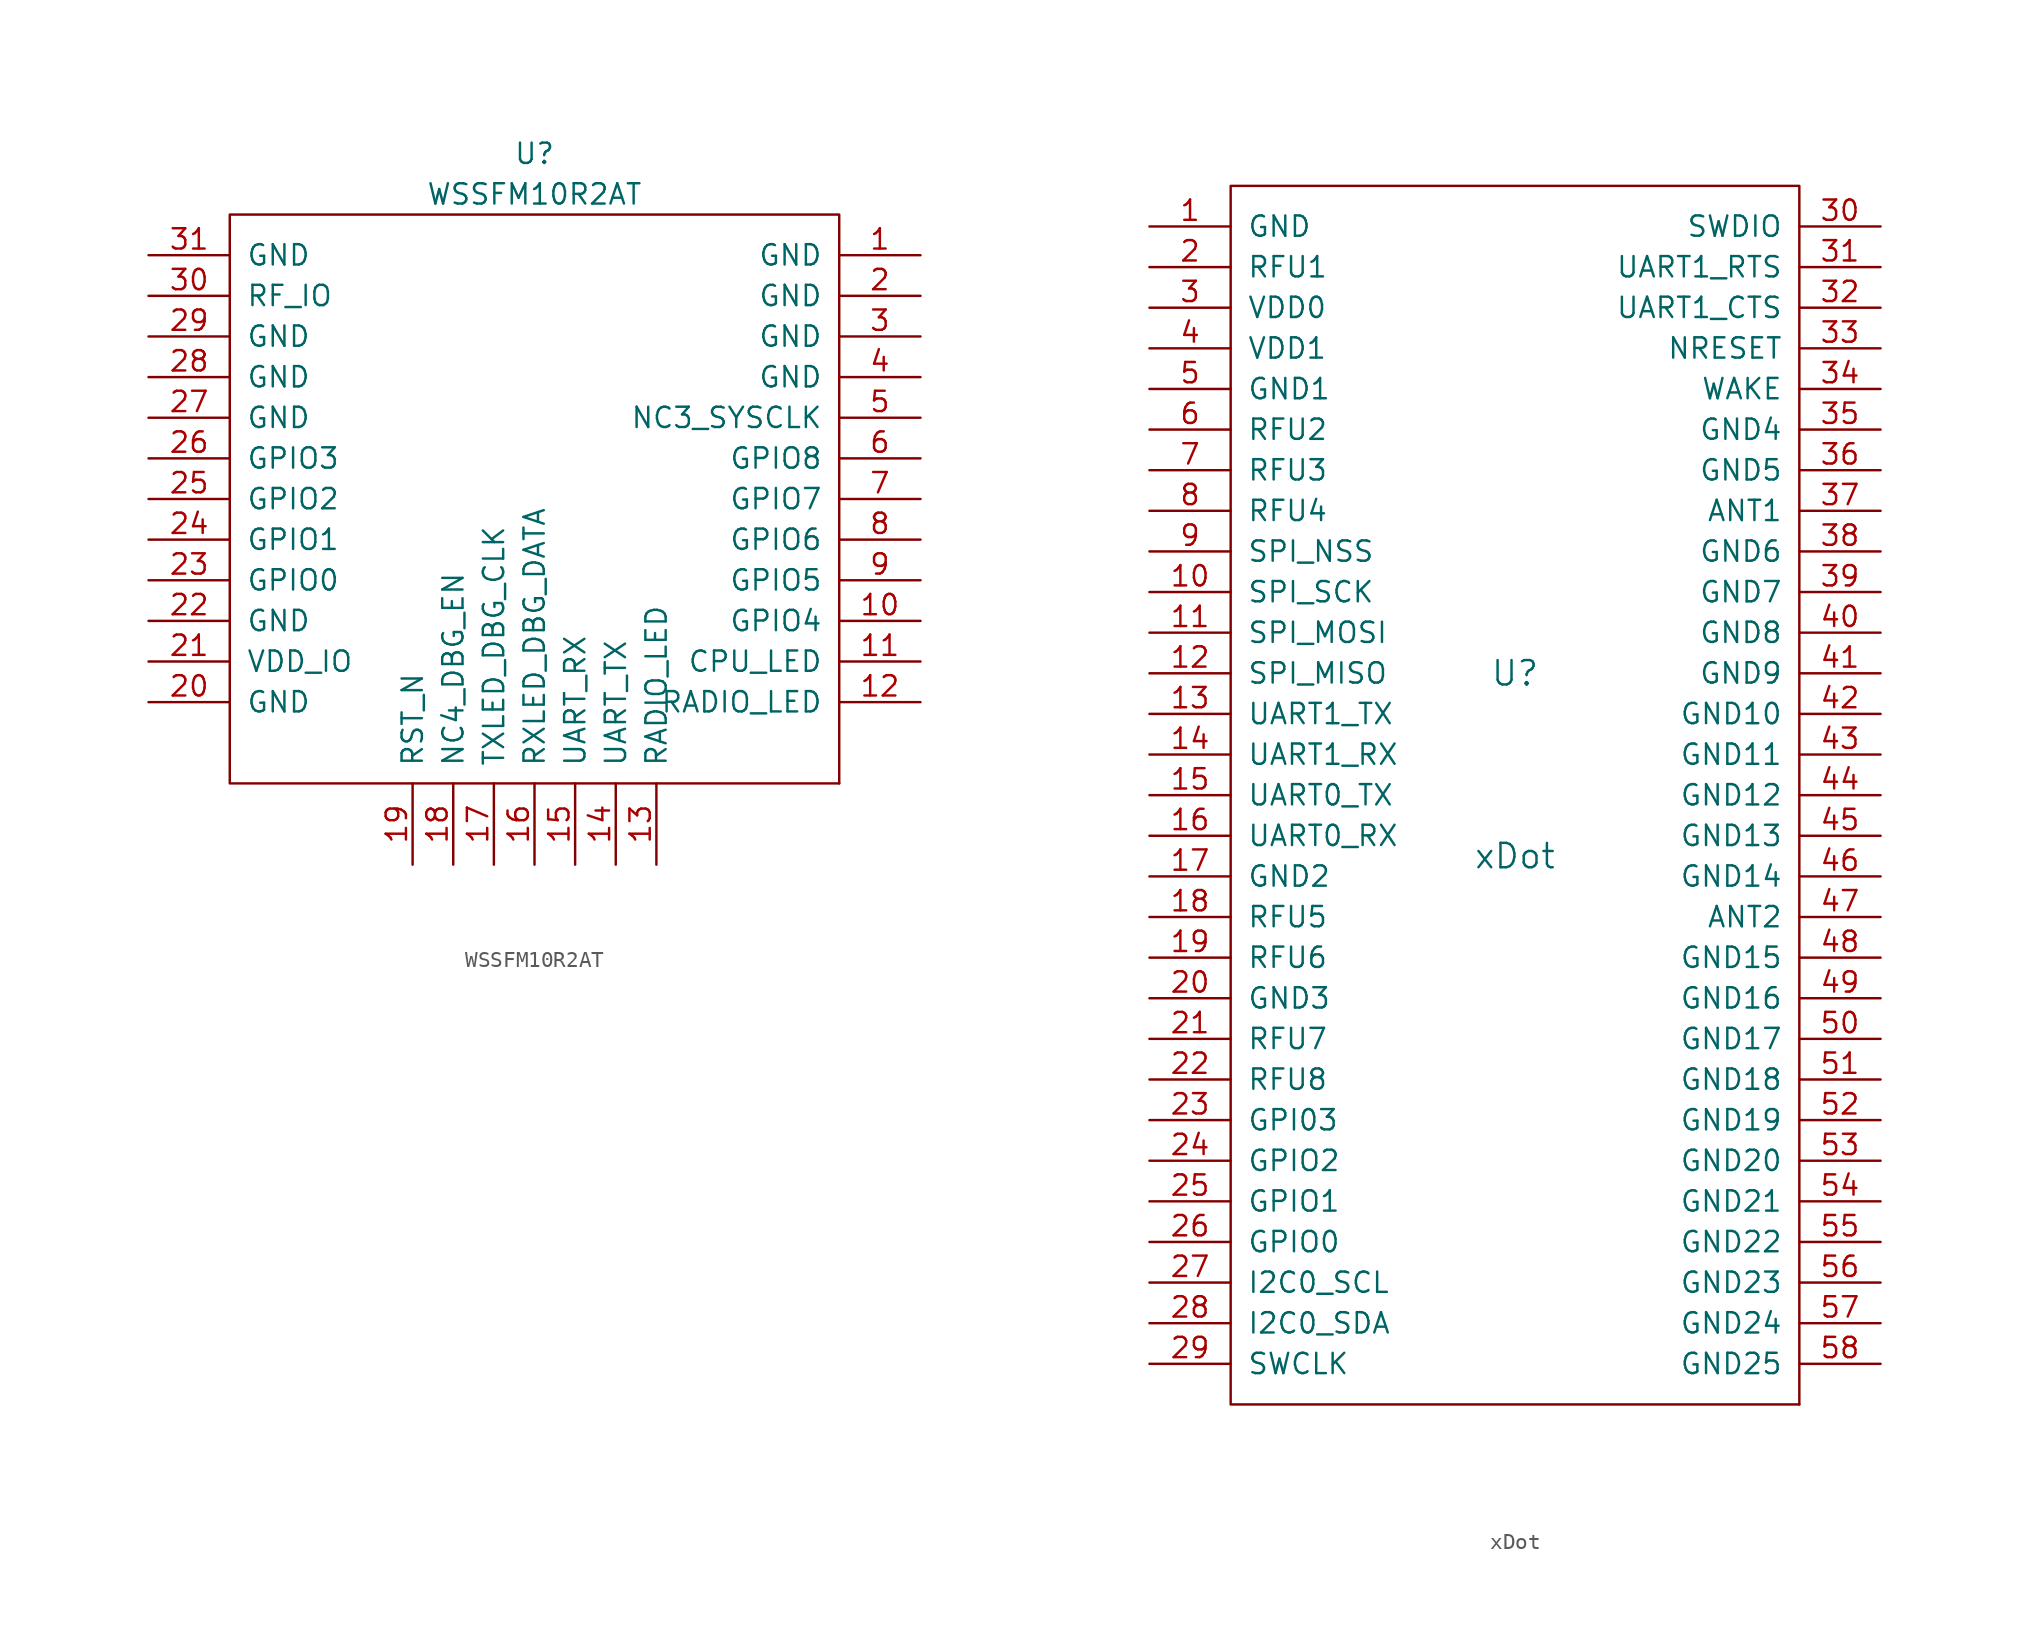
<source format=kicad_sym>
(kicad_symbol_lib
  (version 20211014)
  (generator kicad_symbol_editor)
  (symbol "WSSFM10R2AT"
    (pin_names
      (offset 1.016))
    (property "Reference" "U"
      (at 0 20.32 0)
      (effects (font (size 1.27 1.27))))
    (property "Value" "WSSFM10R2AT"
      (at 0 17.78 0)
      (effects (font (size 1.27 1.27))))
    (symbol "WSSFM10R2AT_0_1"
      (rectangle (start -19.05 16.51) (end 19.05 -19.05) (stroke (width 0) (type default) (color 0 0 0 0)) (fill (type none)))
      (rectangle (start 19.05 -19.05) (end 19.05 -19.05) (stroke (width 0) (type default) (color 0 0 0 0)) (fill (type none))))
    (symbol "WSSFM10R2AT_1_1"
      (pin input line (at 24.13 13.97 180) (length 5.08) (name "GND" (effects (font (size 1.27 1.27)))) (number "1" (effects (font (size 1.27 1.27)))))
      (pin input line (at 24.13 -8.89 180) (length 5.08) (name "GPIO4" (effects (font (size 1.27 1.27)))) (number "10" (effects (font (size 1.27 1.27)))))
      (pin input line (at 24.13 -11.43 180) (length 5.08) (name "CPU_LED" (effects (font (size 1.27 1.27)))) (number "11" (effects (font (size 1.27 1.27)))))
      (pin input line (at 24.13 -13.97 180) (length 5.08) (name "RADIO_LED" (effects (font (size 1.27 1.27)))) (number "12" (effects (font (size 1.27 1.27)))))
      (pin input line (at 7.62 -24.13 90) (length 5.08) (name "RADIO_LED" (effects (font (size 1.27 1.27)))) (number "13" (effects (font (size 1.27 1.27)))))
      (pin input line (at 5.08 -24.13 90) (length 5.08) (name "UART_TX" (effects (font (size 1.27 1.27)))) (number "14" (effects (font (size 1.27 1.27)))))
      (pin input line (at 2.54 -24.13 90) (length 5.08) (name "UART_RX" (effects (font (size 1.27 1.27)))) (number "15" (effects (font (size 1.27 1.27)))))
      (pin input line (at 0 -24.13 90) (length 5.08) (name "RXLED_DBG_DATA" (effects (font (size 1.27 1.27)))) (number "16" (effects (font (size 1.27 1.27)))))
      (pin input line (at -2.54 -24.13 90) (length 5.08) (name "TXLED_DBG_CLK" (effects (font (size 1.27 1.27)))) (number "17" (effects (font (size 1.27 1.27)))))
      (pin input line (at -5.08 -24.13 90) (length 5.08) (name "NC4_DBG_EN" (effects (font (size 1.27 1.27)))) (number "18" (effects (font (size 1.27 1.27)))))
      (pin input line (at -7.62 -24.13 90) (length 5.08) (name "RST_N" (effects (font (size 1.27 1.27)))) (number "19" (effects (font (size 1.27 1.27)))))
      (pin input line (at 24.13 11.43 180) (length 5.08) (name "GND" (effects (font (size 1.27 1.27)))) (number "2" (effects (font (size 1.27 1.27)))))
      (pin input line (at -24.13 -13.97 0) (length 5.08) (name "GND" (effects (font (size 1.27 1.27)))) (number "20" (effects (font (size 1.27 1.27)))))
      (pin input line (at -24.13 -11.43 0) (length 5.08) (name "VDD_IO" (effects (font (size 1.27 1.27)))) (number "21" (effects (font (size 1.27 1.27)))))
      (pin input line (at -24.13 -8.89 0) (length 5.08) (name "GND" (effects (font (size 1.27 1.27)))) (number "22" (effects (font (size 1.27 1.27)))))
      (pin input line (at -24.13 -6.35 0) (length 5.08) (name "GPIO0" (effects (font (size 1.27 1.27)))) (number "23" (effects (font (size 1.27 1.27)))))
      (pin input line (at -24.13 -3.81 0) (length 5.08) (name "GPIO1" (effects (font (size 1.27 1.27)))) (number "24" (effects (font (size 1.27 1.27)))))
      (pin input line (at -24.13 -1.27 0) (length 5.08) (name "GPIO2" (effects (font (size 1.27 1.27)))) (number "25" (effects (font (size 1.27 1.27)))))
      (pin input line (at -24.13 1.27 0) (length 5.08) (name "GPIO3" (effects (font (size 1.27 1.27)))) (number "26" (effects (font (size 1.27 1.27)))))
      (pin input line (at -24.13 3.81 0) (length 5.08) (name "GND" (effects (font (size 1.27 1.27)))) (number "27" (effects (font (size 1.27 1.27)))))
      (pin input line (at -24.13 6.35 0) (length 5.08) (name "GND" (effects (font (size 1.27 1.27)))) (number "28" (effects (font (size 1.27 1.27)))))
      (pin input line (at -24.13 8.89 0) (length 5.08) (name "GND" (effects (font (size 1.27 1.27)))) (number "29" (effects (font (size 1.27 1.27)))))
      (pin input line (at 24.13 8.89 180) (length 5.08) (name "GND" (effects (font (size 1.27 1.27)))) (number "3" (effects (font (size 1.27 1.27)))))
      (pin input line (at -24.13 11.43 0) (length 5.08) (name "RF_IO" (effects (font (size 1.27 1.27)))) (number "30" (effects (font (size 1.27 1.27)))))
      (pin input line (at -24.13 13.97 0) (length 5.08) (name "GND" (effects (font (size 1.27 1.27)))) (number "31" (effects (font (size 1.27 1.27)))))
      (pin input line (at 24.13 6.35 180) (length 5.08) (name "GND" (effects (font (size 1.27 1.27)))) (number "4" (effects (font (size 1.27 1.27)))))
      (pin input line (at 24.13 3.81 180) (length 5.08) (name "NC3_SYSCLK" (effects (font (size 1.27 1.27)))) (number "5" (effects (font (size 1.27 1.27)))))
      (pin input line (at 24.13 1.27 180) (length 5.08) (name "GPIO8" (effects (font (size 1.27 1.27)))) (number "6" (effects (font (size 1.27 1.27)))))
      (pin input line (at 24.13 -1.27 180) (length 5.08) (name "GPIO7" (effects (font (size 1.27 1.27)))) (number "7" (effects (font (size 1.27 1.27)))))
      (pin input line (at 24.13 -3.81 180) (length 5.08) (name "GPIO6" (effects (font (size 1.27 1.27)))) (number "8" (effects (font (size 1.27 1.27)))))
      (pin input line (at 24.13 -6.35 180) (length 5.08) (name "GPIO5" (effects (font (size 1.27 1.27)))) (number "9" (effects (font (size 1.27 1.27)))))))
  (symbol "xDot"
    (pin_names
      (offset 1.016))
    (property "Reference" "U"
      (at 0 7.62 0)
      (effects (font (size 1.524 1.524))))
    (property "Value" "xDot"
      (at 0 -3.81 0)
      (effects (font (size 1.524 1.524))))
    (property "Footprint" ""
      (at 0 0 0)
      (effects (font (size 1.524 1.524))))
    (property "Datasheet" ""
      (at 0 0 0)
      (effects (font (size 1.524 1.524))))
    (symbol "xDot_0_1"
      (rectangle (start -17.78 38.1) (end 17.78 -38.1) (stroke (width 0) (type default) (color 0 0 0 0)) (fill (type none)))
      (rectangle (start 17.78 -38.1) (end 17.78 -38.1) (stroke (width 0) (type default) (color 0 0 0 0)) (fill (type none))))
    (symbol "xDot_1_1"
      (pin input line (at -22.86 35.56 0) (length 5.08) (name "GND" (effects (font (size 1.27 1.27)))) (number "1" (effects (font (size 1.27 1.27)))))
      (pin input line (at -22.86 12.7 0) (length 5.08) (name "SPI_SCK" (effects (font (size 1.27 1.27)))) (number "10" (effects (font (size 1.27 1.27)))))
      (pin input line (at -22.86 10.16 0) (length 5.08) (name "SPI_MOSI" (effects (font (size 1.27 1.27)))) (number "11" (effects (font (size 1.27 1.27)))))
      (pin input line (at -22.86 7.62 0) (length 5.08) (name "SPI_MISO" (effects (font (size 1.27 1.27)))) (number "12" (effects (font (size 1.27 1.27)))))
      (pin input line (at -22.86 5.08 0) (length 5.08) (name "UART1_TX" (effects (font (size 1.27 1.27)))) (number "13" (effects (font (size 1.27 1.27)))))
      (pin input line (at -22.86 2.54 0) (length 5.08) (name "UART1_RX" (effects (font (size 1.27 1.27)))) (number "14" (effects (font (size 1.27 1.27)))))
      (pin input line (at -22.86 0 0) (length 5.08) (name "UART0_TX" (effects (font (size 1.27 1.27)))) (number "15" (effects (font (size 1.27 1.27)))))
      (pin input line (at -22.86 -2.54 0) (length 5.08) (name "UART0_RX" (effects (font (size 1.27 1.27)))) (number "16" (effects (font (size 1.27 1.27)))))
      (pin input line (at -22.86 -5.08 0) (length 5.08) (name "GND2" (effects (font (size 1.27 1.27)))) (number "17" (effects (font (size 1.27 1.27)))))
      (pin input line (at -22.86 -7.62 0) (length 5.08) (name "RFU5" (effects (font (size 1.27 1.27)))) (number "18" (effects (font (size 1.27 1.27)))))
      (pin input line (at -22.86 -10.16 0) (length 5.08) (name "RFU6" (effects (font (size 1.27 1.27)))) (number "19" (effects (font (size 1.27 1.27)))))
      (pin input line (at -22.86 33.02 0) (length 5.08) (name "RFU1" (effects (font (size 1.27 1.27)))) (number "2" (effects (font (size 1.27 1.27)))))
      (pin input line (at -22.86 -12.7 0) (length 5.08) (name "GND3" (effects (font (size 1.27 1.27)))) (number "20" (effects (font (size 1.27 1.27)))))
      (pin input line (at -22.86 -15.24 0) (length 5.08) (name "RFU7" (effects (font (size 1.27 1.27)))) (number "21" (effects (font (size 1.27 1.27)))))
      (pin input line (at -22.86 -17.78 0) (length 5.08) (name "RFU8" (effects (font (size 1.27 1.27)))) (number "22" (effects (font (size 1.27 1.27)))))
      (pin input line (at -22.86 -20.32 0) (length 5.08) (name "GPI03" (effects (font (size 1.27 1.27)))) (number "23" (effects (font (size 1.27 1.27)))))
      (pin input line (at -22.86 -22.86 0) (length 5.08) (name "GPIO2" (effects (font (size 1.27 1.27)))) (number "24" (effects (font (size 1.27 1.27)))))
      (pin input line (at -22.86 -25.4 0) (length 5.08) (name "GPIO1" (effects (font (size 1.27 1.27)))) (number "25" (effects (font (size 1.27 1.27)))))
      (pin input line (at -22.86 -27.94 0) (length 5.08) (name "GPIO0" (effects (font (size 1.27 1.27)))) (number "26" (effects (font (size 1.27 1.27)))))
      (pin input line (at -22.86 -30.48 0) (length 5.08) (name "I2C0_SCL" (effects (font (size 1.27 1.27)))) (number "27" (effects (font (size 1.27 1.27)))))
      (pin input line (at -22.86 -33.02 0) (length 5.08) (name "I2C0_SDA" (effects (font (size 1.27 1.27)))) (number "28" (effects (font (size 1.27 1.27)))))
      (pin input line (at -22.86 -35.56 0) (length 5.08) (name "SWCLK" (effects (font (size 1.27 1.27)))) (number "29" (effects (font (size 1.27 1.27)))))
      (pin input line (at -22.86 30.48 0) (length 5.08) (name "VDD0" (effects (font (size 1.27 1.27)))) (number "3" (effects (font (size 1.27 1.27)))))
      (pin input line (at 22.86 35.56 180) (length 5.08) (name "SWDIO" (effects (font (size 1.27 1.27)))) (number "30" (effects (font (size 1.27 1.27)))))
      (pin input line (at 22.86 33.02 180) (length 5.08) (name "UART1_RTS" (effects (font (size 1.27 1.27)))) (number "31" (effects (font (size 1.27 1.27)))))
      (pin input line (at 22.86 30.48 180) (length 5.08) (name "UART1_CTS" (effects (font (size 1.27 1.27)))) (number "32" (effects (font (size 1.27 1.27)))))
      (pin input line (at 22.86 27.94 180) (length 5.08) (name "NRESET" (effects (font (size 1.27 1.27)))) (number "33" (effects (font (size 1.27 1.27)))))
      (pin input line (at 22.86 25.4 180) (length 5.08) (name "WAKE" (effects (font (size 1.27 1.27)))) (number "34" (effects (font (size 1.27 1.27)))))
      (pin input line (at 22.86 22.86 180) (length 5.08) (name "GND4" (effects (font (size 1.27 1.27)))) (number "35" (effects (font (size 1.27 1.27)))))
      (pin input line (at 22.86 20.32 180) (length 5.08) (name "GND5" (effects (font (size 1.27 1.27)))) (number "36" (effects (font (size 1.27 1.27)))))
      (pin input line (at 22.86 17.78 180) (length 5.08) (name "ANT1" (effects (font (size 1.27 1.27)))) (number "37" (effects (font (size 1.27 1.27)))))
      (pin input line (at 22.86 15.24 180) (length 5.08) (name "GND6" (effects (font (size 1.27 1.27)))) (number "38" (effects (font (size 1.27 1.27)))))
      (pin input line (at 22.86 12.7 180) (length 5.08) (name "GND7" (effects (font (size 1.27 1.27)))) (number "39" (effects (font (size 1.27 1.27)))))
      (pin input line (at -22.86 27.94 0) (length 5.08) (name "VDD1" (effects (font (size 1.27 1.27)))) (number "4" (effects (font (size 1.27 1.27)))))
      (pin input line (at 22.86 10.16 180) (length 5.08) (name "GND8" (effects (font (size 1.27 1.27)))) (number "40" (effects (font (size 1.27 1.27)))))
      (pin input line (at 22.86 7.62 180) (length 5.08) (name "GND9" (effects (font (size 1.27 1.27)))) (number "41" (effects (font (size 1.27 1.27)))))
      (pin input line (at 22.86 5.08 180) (length 5.08) (name "GND10" (effects (font (size 1.27 1.27)))) (number "42" (effects (font (size 1.27 1.27)))))
      (pin input line (at 22.86 2.54 180) (length 5.08) (name "GND11" (effects (font (size 1.27 1.27)))) (number "43" (effects (font (size 1.27 1.27)))))
      (pin input line (at 22.86 0 180) (length 5.08) (name "GND12" (effects (font (size 1.27 1.27)))) (number "44" (effects (font (size 1.27 1.27)))))
      (pin input line (at 22.86 -2.54 180) (length 5.08) (name "GND13" (effects (font (size 1.27 1.27)))) (number "45" (effects (font (size 1.27 1.27)))))
      (pin input line (at 22.86 -5.08 180) (length 5.08) (name "GND14" (effects (font (size 1.27 1.27)))) (number "46" (effects (font (size 1.27 1.27)))))
      (pin input line (at 22.86 -7.62 180) (length 5.08) (name "ANT2" (effects (font (size 1.27 1.27)))) (number "47" (effects (font (size 1.27 1.27)))))
      (pin input line (at 22.86 -10.16 180) (length 5.08) (name "GND15" (effects (font (size 1.27 1.27)))) (number "48" (effects (font (size 1.27 1.27)))))
      (pin input line (at 22.86 -12.7 180) (length 5.08) (name "GND16" (effects (font (size 1.27 1.27)))) (number "49" (effects (font (size 1.27 1.27)))))
      (pin input line (at -22.86 25.4 0) (length 5.08) (name "GND1" (effects (font (size 1.27 1.27)))) (number "5" (effects (font (size 1.27 1.27)))))
      (pin input line (at 22.86 -15.24 180) (length 5.08) (name "GND17" (effects (font (size 1.27 1.27)))) (number "50" (effects (font (size 1.27 1.27)))))
      (pin input line (at 22.86 -17.78 180) (length 5.08) (name "GND18" (effects (font (size 1.27 1.27)))) (number "51" (effects (font (size 1.27 1.27)))))
      (pin input line (at 22.86 -20.32 180) (length 5.08) (name "GND19" (effects (font (size 1.27 1.27)))) (number "52" (effects (font (size 1.27 1.27)))))
      (pin input line (at 22.86 -22.86 180) (length 5.08) (name "GND20" (effects (font (size 1.27 1.27)))) (number "53" (effects (font (size 1.27 1.27)))))
      (pin input line (at 22.86 -25.4 180) (length 5.08) (name "GND21" (effects (font (size 1.27 1.27)))) (number "54" (effects (font (size 1.27 1.27)))))
      (pin input line (at 22.86 -27.94 180) (length 5.08) (name "GND22" (effects (font (size 1.27 1.27)))) (number "55" (effects (font (size 1.27 1.27)))))
      (pin input line (at 22.86 -30.48 180) (length 5.08) (name "GND23" (effects (font (size 1.27 1.27)))) (number "56" (effects (font (size 1.27 1.27)))))
      (pin input line (at 22.86 -33.02 180) (length 5.08) (name "GND24" (effects (font (size 1.27 1.27)))) (number "57" (effects (font (size 1.27 1.27)))))
      (pin input line (at 22.86 -35.56 180) (length 5.08) (name "GND25" (effects (font (size 1.27 1.27)))) (number "58" (effects (font (size 1.27 1.27)))))
      (pin input line (at -22.86 22.86 0) (length 5.08) (name "RFU2" (effects (font (size 1.27 1.27)))) (number "6" (effects (font (size 1.27 1.27)))))
      (pin input line (at -22.86 20.32 0) (length 5.08) (name "RFU3" (effects (font (size 1.27 1.27)))) (number "7" (effects (font (size 1.27 1.27)))))
      (pin input line (at -22.86 17.78 0) (length 5.08) (name "RFU4" (effects (font (size 1.27 1.27)))) (number "8" (effects (font (size 1.27 1.27)))))
      (pin input line (at -22.86 15.24 0) (length 5.08) (name "SPI_NSS" (effects (font (size 1.27 1.27)))) (number "9" (effects (font (size 1.27 1.27))))))))
</source>
